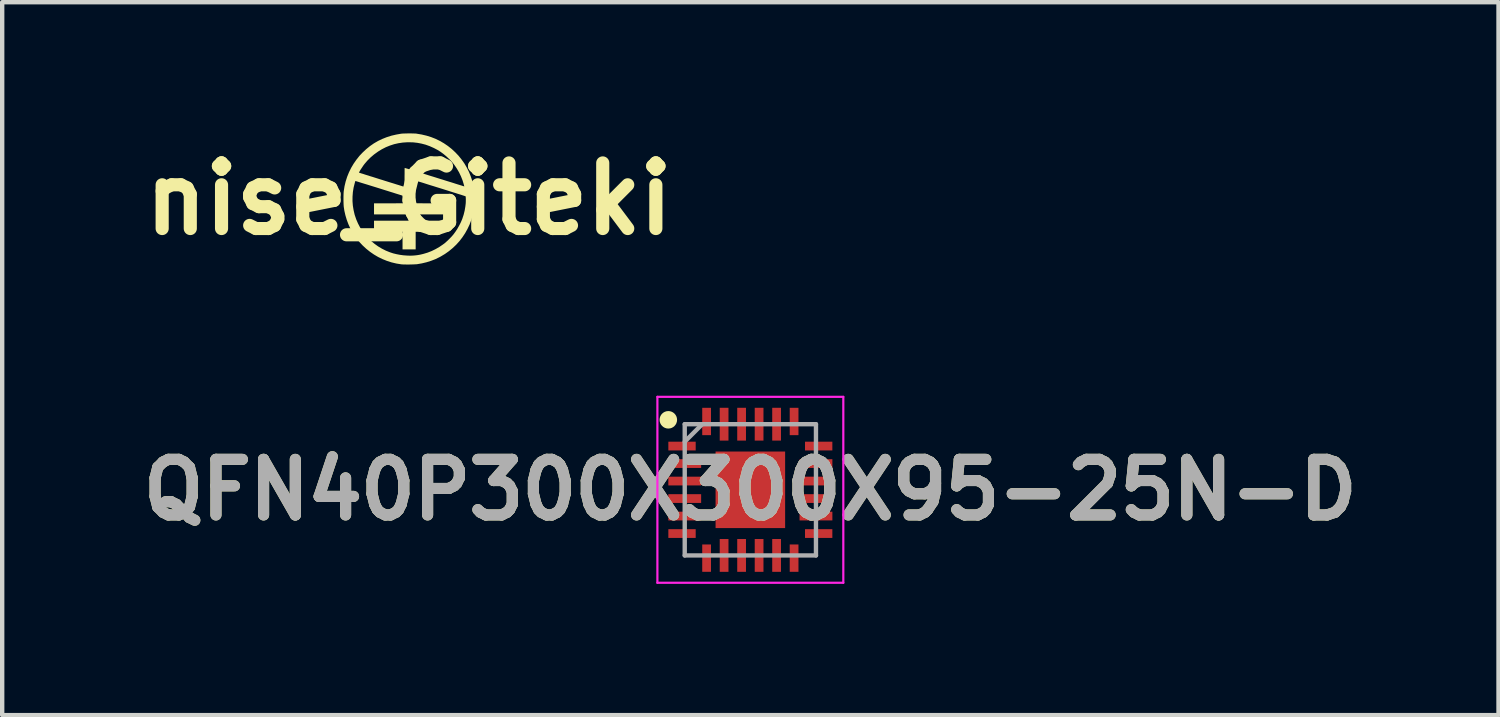
<source format=kicad_pcb>
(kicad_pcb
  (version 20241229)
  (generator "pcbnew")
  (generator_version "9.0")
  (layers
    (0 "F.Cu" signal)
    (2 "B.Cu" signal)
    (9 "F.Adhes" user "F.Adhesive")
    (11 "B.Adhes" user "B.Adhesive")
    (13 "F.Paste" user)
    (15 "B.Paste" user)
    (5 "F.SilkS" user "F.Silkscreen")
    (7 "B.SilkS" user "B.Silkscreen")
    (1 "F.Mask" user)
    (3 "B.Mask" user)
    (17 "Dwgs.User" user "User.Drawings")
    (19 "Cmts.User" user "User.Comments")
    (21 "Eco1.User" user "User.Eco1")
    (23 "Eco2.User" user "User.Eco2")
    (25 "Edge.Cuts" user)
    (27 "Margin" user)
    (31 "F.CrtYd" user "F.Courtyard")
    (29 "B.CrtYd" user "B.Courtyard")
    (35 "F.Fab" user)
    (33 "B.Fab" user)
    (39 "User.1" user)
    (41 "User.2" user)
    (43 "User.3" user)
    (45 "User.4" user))
  (footprint "nise_Giteki"
    (layer "F.Cu")
    (at 6.3 1.496)
    (property "Reference" "nise_Giteki" (at 0 0 0) (layer "F.SilkS") (effects (font (size 1.5 1.5) (thickness 0.3))))
    (attr board_only exclude_from_pos_files exclude_from_bom)
    (fp_poly (pts (xy 0.804 0.626) (xy 0.804 0.753) (xy 0.478 0.753) (xy 0.152 0.753) (xy 0.152 0.954) (xy 0.152 1.155) (xy 0.002 1.155) (xy -0.148 1.155) (xy -0.148 0.954) (xy -0.148 0.753) (xy -0.474 0.753) (xy -0.8 0.753) (xy -0.8 0.626) (xy -0.8 0.499) (xy 0.002 0.499) (xy 0.804 0.499)) (stroke (width 0) (type solid)) (fill yes) (layer "F.SilkS"))
    (fp_poly (pts (xy 0.004 0.096) (xy 0.006 0.097) (xy 0.011 0.098) (xy 0.019 0.099) (xy 0.033 0.099) (xy 0.051 0.1) (xy 0.073 0.1) (xy 0.102 0.101) (xy 0.136 0.101) (xy 0.177 0.101) (xy 0.225 0.101) (xy 0.28 0.101) (xy 0.343 0.102) (xy 0.404 0.102) (xy 0.804 0.102) (xy 0.804 0.229) (xy 0.804 0.355) (xy 0.002 0.355) (xy -0.8 0.355) (xy -0.8 0.229) (xy -0.8 0.102) (xy -0.4 0.102) (xy -0.33 0.102) (xy -0.269 0.101) (xy -0.215 0.101) (xy -0.168 0.101) (xy -0.127 0.101) (xy -0.094 0.101) (xy -0.066 0.1) (xy -0.043 0.1) (xy -0.026 0.099) (xy -0.013 0.099) (xy -0.005 0.098) (xy 0.000089 0.097) (xy 0.001 0.096) (xy 0.003 0.093)) (stroke (width 0) (type solid)) (fill yes) (layer "F.SilkS"))
    (fp_poly (pts (xy 0.053 -1.496) (xy 0.09 -1.495) (xy 0.124 -1.494) (xy 0.152 -1.493) (xy 0.173 -1.491) (xy 0.174 -1.49) (xy 0.289 -1.471) (xy 0.399 -1.445) (xy 0.503 -1.413) (xy 0.603 -1.374) (xy 0.698 -1.328) (xy 0.698 -1.328) (xy 0.796 -1.272) (xy 0.889 -1.209) (xy 0.976 -1.14) (xy 1.057 -1.065) (xy 1.133 -0.985) (xy 1.202 -0.899) (xy 1.265 -0.81) (xy 1.321 -0.715) (xy 1.37 -0.617) (xy 1.411 -0.515) (xy 1.446 -0.41) (xy 1.472 -0.301) (xy 1.483 -0.245) (xy 1.49 -0.201) (xy 1.495 -0.159) (xy 1.499 -0.119) (xy 1.501 -0.077) (xy 1.502 -0.032) (xy 1.501 0.018) (xy 1.501 0.037) (xy 1.499 0.095) (xy 1.496 0.146) (xy 1.492 0.193) (xy 1.485 0.239) (xy 1.477 0.285) (xy 1.466 0.333) (xy 1.456 0.375) (xy 1.424 0.483) (xy 1.384 0.588) (xy 1.336 0.689) (xy 1.282 0.786) (xy 1.221 0.878) (xy 1.154 0.965) (xy 1.08 1.047) (xy 0.999 1.124) (xy 0.913 1.195) (xy 0.821 1.26) (xy 0.724 1.318) (xy 0.698 1.332) (xy 0.604 1.378) (xy 0.505 1.416) (xy 0.401 1.449) (xy 0.292 1.475) (xy 0.193 1.492) (xy 0.171 1.495) (xy 0.143 1.496) (xy 0.11 1.498) (xy 0.072 1.499) (xy 0.033 1.5) (xy -0.008 1.501) (xy -0.048 1.501) (xy -0.087 1.5) (xy -0.121 1.5) (xy -0.151 1.498) (xy -0.174 1.497) (xy -0.179 1.496) (xy -0.29 1.478) (xy -0.399 1.452) (xy -0.505 1.418) (xy -0.608 1.376) (xy -0.707 1.328) (xy -0.802 1.272) (xy -0.893 1.209) (xy -0.979 1.14) (xy -1.06 1.065) (xy -1.136 0.984) (xy -1.205 0.897) (xy -1.269 0.804) (xy -1.288 0.774) (xy -1.34 0.68) (xy -1.385 0.581) (xy -1.423 0.48) (xy -1.454 0.376) (xy -1.478 0.271) (xy -1.492 0.18) (xy -1.494 0.153) (xy -1.496 0.12) (xy -1.497 0.082) (xy -1.498 0.051) (xy -1.292 0.051) (xy -1.284 0.155) (xy -1.267 0.258) (xy -1.243 0.361) (xy -1.24 0.371) (xy -1.207 0.468) (xy -1.167 0.561) (xy -1.12 0.651) (xy -1.065 0.736) (xy -1.005 0.817) (xy -0.939 0.892) (xy -0.866 0.963) (xy -0.789 1.027) (xy -0.707 1.086) (xy -0.62 1.138) (xy -0.529 1.184) (xy -0.434 1.222) (xy -0.361 1.246) (xy -0.287 1.264) (xy -0.21 1.279) (xy -0.13 1.29) (xy -0.05 1.296) (xy 0.027 1.299) (xy 0.101 1.296) (xy 0.135 1.293) (xy 0.18 1.288) (xy 0.219 1.282) (xy 0.257 1.275) (xy 0.296 1.266) (xy 0.332 1.257) (xy 0.425 1.229) (xy 0.517 1.193) (xy 0.607 1.149) (xy 0.694 1.099) (xy 0.776 1.043) (xy 0.813 1.016) (xy 0.839 0.994) (xy 0.869 0.966) (xy 0.901 0.936) (xy 0.933 0.904) (xy 0.964 0.872) (xy 0.991 0.842) (xy 1.014 0.815) (xy 1.016 0.813) (xy 1.06 0.753) (xy 1.103 0.688) (xy 1.142 0.619) (xy 1.178 0.55) (xy 1.208 0.482) (xy 1.22 0.451) (xy 1.249 0.362) (xy 1.272 0.269) (xy 1.288 0.174) (xy 1.295 0.116) (xy 1.297 0.092) (xy 1.298 0.067) (xy 1.298 0.04) (xy 1.299 0.013) (xy 1.298 -0.011) (xy 1.297 -0.032) (xy 1.296 -0.047) (xy 1.294 -0.057) (xy 1.293 -0.059) (xy 1.288 -0.06) (xy 1.276 -0.064) (xy 1.257 -0.071) (xy 1.231 -0.079) (xy 1.199 -0.09) (xy 1.161 -0.102) (xy 1.117 -0.115) (xy 1.069 -0.131) (xy 1.016 -0.147) (xy 0.959 -0.165) (xy 0.899 -0.184) (xy 0.836 -0.204) (xy 0.77 -0.225) (xy 0.702 -0.246) (xy 0.634 -0.267) (xy 0.568 -0.288) (xy 0.505 -0.307) (xy 0.444 -0.326) (xy 0.388 -0.344) (xy 0.335 -0.361) (xy 0.287 -0.376) (xy 0.243 -0.389) (xy 0.205 -0.401) (xy 0.173 -0.411) (xy 0.147 -0.419) (xy 0.128 -0.425) (xy 0.116 -0.429) (xy 0.111 -0.431) (xy 0.11 -0.429) (xy 0.109 -0.425) (xy 0.108 -0.416) (xy 0.107 -0.402) (xy 0.107 -0.383) (xy 0.106 -0.358) (xy 0.106 -0.326) (xy 0.106 -0.288) (xy 0.106 -0.241) (xy 0.106 -0.214) (xy 0.106 -0.172) (xy 0.106 -0.133) (xy 0.105 -0.097) (xy 0.105 -0.065) (xy 0.105 -0.038) (xy 0.105 -0.017) (xy 0.104 -0.003) (xy 0.104 0.004) (xy 0.104 0.004) (xy 0.099 0.003) (xy 0.088 -0.001) (xy 0.068 -0.007) (xy 0.043 -0.015) (xy 0.01 -0.025) (xy -0.028 -0.036) (xy -0.072 -0.05) (xy -0.121 -0.065) (xy -0.174 -0.082) (xy -0.232 -0.1) (xy -0.294 -0.119) (xy -0.359 -0.14) (xy -0.427 -0.161) (xy -0.497 -0.183) (xy -0.562 -0.203) (xy -0.634 -0.226) (xy -0.704 -0.248) (xy -0.772 -0.269) (xy -0.837 -0.289) (xy -0.898 -0.308) (xy -0.955 -0.326) (xy -1.008 -0.342) (xy -1.057 -0.357) (xy -1.1 -0.37) (xy -1.137 -0.382) (xy -1.169 -0.392) (xy -1.194 -0.399) (xy -1.212 -0.405) (xy -1.223 -0.408) (xy -1.226 -0.409) (xy -1.228 -0.404) (xy -1.231 -0.393) (xy -1.236 -0.378) (xy -1.24 -0.363) (xy -1.266 -0.261) (xy -1.283 -0.157) (xy -1.291 -0.053) (xy -1.292 0.051) (xy -1.498 0.051) (xy -1.498 0.041) (xy -1.498 -0.002) (xy -1.498 -0.044) (xy -1.497 -0.085) (xy -1.496 -0.122) (xy -1.494 -0.153) (xy -1.492 -0.177) (xy -1.474 -0.289) (xy -1.448 -0.398) (xy -1.414 -0.505) (xy -1.375 -0.601) (xy -1.143 -0.601) (xy -1.143 -0.6) (xy -1.138 -0.598) (xy -1.127 -0.594) (xy -1.108 -0.588) (xy -1.083 -0.58) (xy -1.052 -0.571) (xy -1.016 -0.559) (xy -0.976 -0.546) (xy -0.931 -0.533) (xy -0.884 -0.517) (xy -0.833 -0.502) (xy -0.78 -0.485) (xy -0.726 -0.468) (xy -0.67 -0.45) (xy -0.614 -0.433) (xy -0.558 -0.415) (xy -0.503 -0.398) (xy -0.449 -0.381) (xy -0.397 -0.365) (xy -0.347 -0.35) (xy -0.301 -0.335) (xy -0.258 -0.322) (xy -0.219 -0.31) (xy -0.185 -0.299) (xy -0.156 -0.29) (xy -0.134 -0.283) (xy -0.118 -0.278) (xy -0.109 -0.276) (xy -0.107 -0.275) (xy -0.106 -0.277) (xy -0.105 -0.282) (xy -0.104 -0.292) (xy -0.103 -0.306) (xy -0.102 -0.326) (xy -0.102 -0.352) (xy -0.102 -0.384) (xy -0.102 -0.424) (xy -0.102 -0.471) (xy -0.102 -0.49) (xy -0.102 -0.532) (xy -0.101 -0.571) (xy -0.101 -0.607) (xy -0.101 -0.639) (xy -0.101 -0.665) (xy -0.1 -0.686) (xy -0.1 -0.7) (xy -0.1 -0.707) (xy -0.099 -0.707) (xy -0.095 -0.706) (xy -0.083 -0.703) (xy -0.064 -0.697) (xy -0.038 -0.69) (xy -0.006 -0.68) (xy 0.032 -0.668) (xy 0.076 -0.655) (xy 0.125 -0.64) (xy 0.178 -0.623) (xy 0.236 -0.605) (xy 0.298 -0.586) (xy 0.363 -0.566) (xy 0.431 -0.544) (xy 0.501 -0.522) (xy 0.564 -0.503) (xy 0.637 -0.48) (xy 0.707 -0.458) (xy 0.776 -0.437) (xy 0.841 -0.416) (xy 0.903 -0.397) (xy 0.962 -0.379) (xy 1.016 -0.362) (xy 1.065 -0.346) (xy 1.11 -0.332) (xy 1.149 -0.32) (xy 1.182 -0.31) (xy 1.208 -0.302) (xy 1.228 -0.295) (xy 1.24 -0.292) (xy 1.245 -0.29) (xy 1.264 -0.284) (xy 1.252 -0.33) (xy 1.224 -0.423) (xy 1.187 -0.516) (xy 1.144 -0.606) (xy 1.094 -0.691) (xy 1.079 -0.714) (xy 1.054 -0.751) (xy 1.031 -0.783) (xy 1.009 -0.812) (xy 0.985 -0.84) (xy 0.959 -0.869) (xy 0.928 -0.901) (xy 0.916 -0.912) (xy 0.852 -0.973) (xy 0.787 -1.027) (xy 0.72 -1.076) (xy 0.649 -1.12) (xy 0.571 -1.161) (xy 0.569 -1.162) (xy 0.475 -1.204) (xy 0.381 -1.238) (xy 0.286 -1.263) (xy 0.19 -1.281) (xy 0.091 -1.292) (xy -0.011 -1.294) (xy -0.038 -1.294) (xy -0.141 -1.287) (xy -0.242 -1.272) (xy -0.34 -1.25) (xy -0.435 -1.219) (xy -0.529 -1.181) (xy -0.621 -1.134) (xy -0.711 -1.079) (xy -0.713 -1.077) (xy -0.799 -1.015) (xy -0.878 -0.948) (xy -0.951 -0.875) (xy -1.017 -0.798) (xy -1.032 -0.778) (xy -1.049 -0.755) (xy -1.065 -0.73) (xy -1.082 -0.705) (xy -1.098 -0.681) (xy -1.113 -0.658) (xy -1.125 -0.637) (xy -1.134 -0.62) (xy -1.141 -0.608) (xy -1.143 -0.601) (xy -1.375 -0.601) (xy -1.372 -0.608) (xy -1.323 -0.708) (xy -1.266 -0.804) (xy -1.202 -0.896) (xy -1.132 -0.984) (xy -1.062 -1.058) (xy -0.98 -1.135) (xy -0.894 -1.205) (xy -0.805 -1.267) (xy -0.711 -1.322) (xy -0.613 -1.369) (xy -0.51 -1.41) (xy -0.403 -1.444) (xy -0.291 -1.47) (xy -0.188 -1.488) (xy -0.167 -1.491) (xy -0.138 -1.493) (xy -0.105 -1.494) (xy -0.067 -1.495) (xy -0.028 -1.496) (xy 0.013 -1.496)) (stroke (width 0) (type solid)) (fill yes) (layer "F.SilkS")))
  (footprint "QFN40P300X300X95-25N-D"
    (layer "F.Cu")
    (at 14.103 8.147)
    (property "Reference" "QFN40P300X300X95-25N-D" (at 0 0 0) (layer "F.SilkS") (effects (font (size 1.27 1.27) (thickness 0.254))))
    (attr smd)
    (fp_circle (center -1.875 -1.6) (end -1.875 -1.5) (stroke (width 0.2) (type solid)) (fill no) (layer "F.SilkS"))
    (fp_line (start -2.125 -2.125) (end 2.125 -2.125) (stroke (width 0.05) (type solid)) (layer "F.CrtYd"))
    (fp_line (start -2.125 2.125) (end -2.125 -2.125) (stroke (width 0.05) (type solid)) (layer "F.CrtYd"))
    (fp_line (start 2.125 -2.125) (end 2.125 2.125) (stroke (width 0.05) (type solid)) (layer "F.CrtYd"))
    (fp_line (start 2.125 2.125) (end -2.125 2.125) (stroke (width 0.05) (type solid)) (layer "F.CrtYd"))
    (fp_line (start -1.5 -1.5) (end 1.5 -1.5) (stroke (width 0.1) (type solid)) (layer "F.Fab"))
    (fp_line (start -1.5 -1.1) (end -1.1 -1.5) (stroke (width 0.1) (type solid)) (layer "F.Fab"))
    (fp_line (start -1.5 1.5) (end -1.5 -1.5) (stroke (width 0.1) (type solid)) (layer "F.Fab"))
    (fp_line (start 1.5 -1.5) (end 1.5 1.5) (stroke (width 0.1) (type solid)) (layer "F.Fab"))
    (fp_line (start 1.5 1.5) (end -1.5 1.5) (stroke (width 0.1) (type solid)) (layer "F.Fab"))
    (fp_text user "${REFERENCE}" (at 0 0 0) (layer "F.Fab") (effects (font (size 1.27 1.27) (thickness 0.254))))
    (pad "1" smd rect (at -1.562 -1 90) (size 0.2 0.625) (layers "F.Cu" "F.Mask" "F.Paste"))
    (pad "2" smd rect (at -1.5 -0.6 90) (size 0.2 0.75) (layers "F.Cu" "F.Mask" "F.Paste"))
    (pad "3" smd rect (at -1.5 -0.2 90) (size 0.2 0.75) (layers "F.Cu" "F.Mask" "F.Paste"))
    (pad "4" smd rect (at -1.5 0.2 90) (size 0.2 0.75) (layers "F.Cu" "F.Mask" "F.Paste"))
    (pad "5" smd rect (at -1.5 0.6 90) (size 0.2 0.75) (layers "F.Cu" "F.Mask" "F.Paste"))
    (pad "6" smd rect (at -1.562 1 90) (size 0.2 0.625) (layers "F.Cu" "F.Mask" "F.Paste"))
    (pad "7" smd rect (at -1 1.562) (size 0.2 0.625) (layers "F.Cu" "F.Mask" "F.Paste"))
    (pad "8" smd rect (at -0.6 1.5) (size 0.2 0.75) (layers "F.Cu" "F.Mask" "F.Paste"))
    (pad "9" smd rect (at -0.2 1.5) (size 0.2 0.75) (layers "F.Cu" "F.Mask" "F.Paste"))
    (pad "10" smd rect (at 0.2 1.5) (size 0.2 0.75) (layers "F.Cu" "F.Mask" "F.Paste"))
    (pad "11" smd rect (at 0.6 1.5) (size 0.2 0.75) (layers "F.Cu" "F.Mask" "F.Paste"))
    (pad "12" smd rect (at 1 1.562) (size 0.2 0.625) (layers "F.Cu" "F.Mask" "F.Paste"))
    (pad "13" smd rect (at 1.562 1 90) (size 0.2 0.625) (layers "F.Cu" "F.Mask" "F.Paste"))
    (pad "14" smd rect (at 1.5 0.6 90) (size 0.2 0.75) (layers "F.Cu" "F.Mask" "F.Paste"))
    (pad "15" smd rect (at 1.5 0.2 90) (size 0.2 0.75) (layers "F.Cu" "F.Mask" "F.Paste"))
    (pad "16" smd rect (at 1.5 -0.2 90) (size 0.2 0.75) (layers "F.Cu" "F.Mask" "F.Paste"))
    (pad "17" smd rect (at 1.5 -0.6 90) (size 0.2 0.75) (layers "F.Cu" "F.Mask" "F.Paste"))
    (pad "18" smd rect (at 1.562 -1 90) (size 0.2 0.625) (layers "F.Cu" "F.Mask" "F.Paste"))
    (pad "19" smd rect (at 1 -1.562) (size 0.2 0.625) (layers "F.Cu" "F.Mask" "F.Paste"))
    (pad "20" smd rect (at 0.6 -1.5) (size 0.2 0.75) (layers "F.Cu" "F.Mask" "F.Paste"))
    (pad "21" smd rect (at 0.2 -1.5) (size 0.2 0.75) (layers "F.Cu" "F.Mask" "F.Paste"))
    (pad "22" smd rect (at -0.2 -1.5) (size 0.2 0.75) (layers "F.Cu" "F.Mask" "F.Paste"))
    (pad "23" smd rect (at -0.6 -1.5) (size 0.2 0.75) (layers "F.Cu" "F.Mask" "F.Paste"))
    (pad "24" smd rect (at -1 -1.562) (size 0.2 0.625) (layers "F.Cu" "F.Mask" "F.Paste"))
    (pad "25" smd rect (at 0 0) (size 1.59 1.75) (layers "F.Cu" "F.Mask" "F.Paste")))
  (gr_rect
    (start -3 -3)
    (end 31.206 13.297)
    (stroke (width 0.1) (type default))
    (fill no)
    (layer "Edge.Cuts")))
</source>
